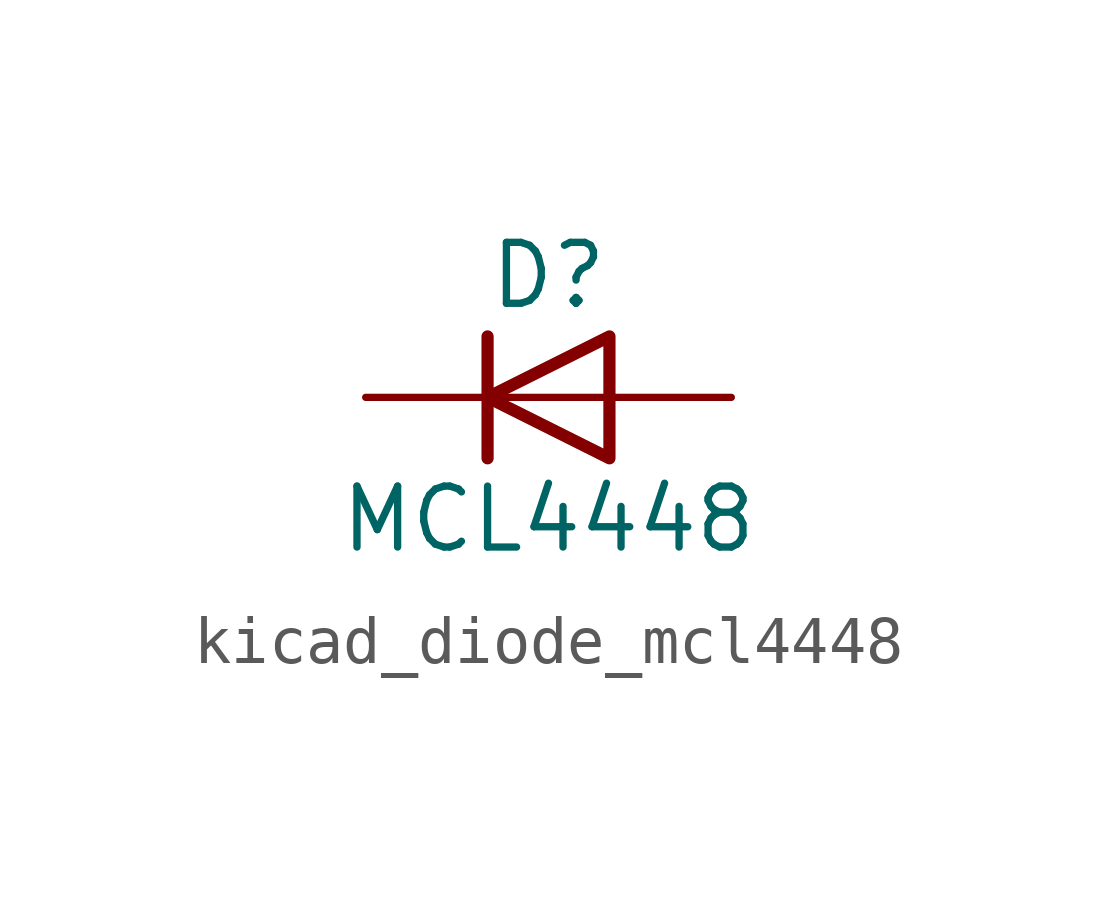
<source format=kicad_sym>
(kicad_symbol_lib
  (version 20220914)
  (generator kicad_symbol_editor)
  (symbol "kicad_diode_mcl4448"
    (pin_numbers hide)
    (pin_names hide)
    (property "Reference" "D"
      (at 0 2.54 0)
      (effects (font (size 1.27 1.27))))
    (property "Value" "MCL4448"
      (at 0 -2.54 0)
      (effects (font (size 1.27 1.27))))
    (symbol "kicad_diode_mcl4448_0_1"
      (polyline (pts (xy -1.27 1.27) (xy -1.27 -1.27)) (stroke (width 0.254) (type default)) (fill (type none)))
      (polyline (pts (xy 1.27 0) (xy -1.27 0)) (stroke (width 0) (type default)) (fill (type none)))
      (polyline (pts (xy 1.27 1.27) (xy 1.27 -1.27) (xy -1.27 0) (xy 1.27 1.27)) (stroke (width 0.254) (type default)) (fill (type none))))
    (symbol "kicad_diode_mcl4448_1_1"
      (pin passive line (at -3.81 0 0) (length 2.54) (name "K" (effects (font (size 1.27 1.27)))) (number "1" (effects (font (size 1.27 1.27)))))
      (pin passive line (at 3.81 0 180) (length 2.54) (name "A" (effects (font (size 1.27 1.27)))) (number "2" (effects (font (size 1.27 1.27))))))))
</source>
